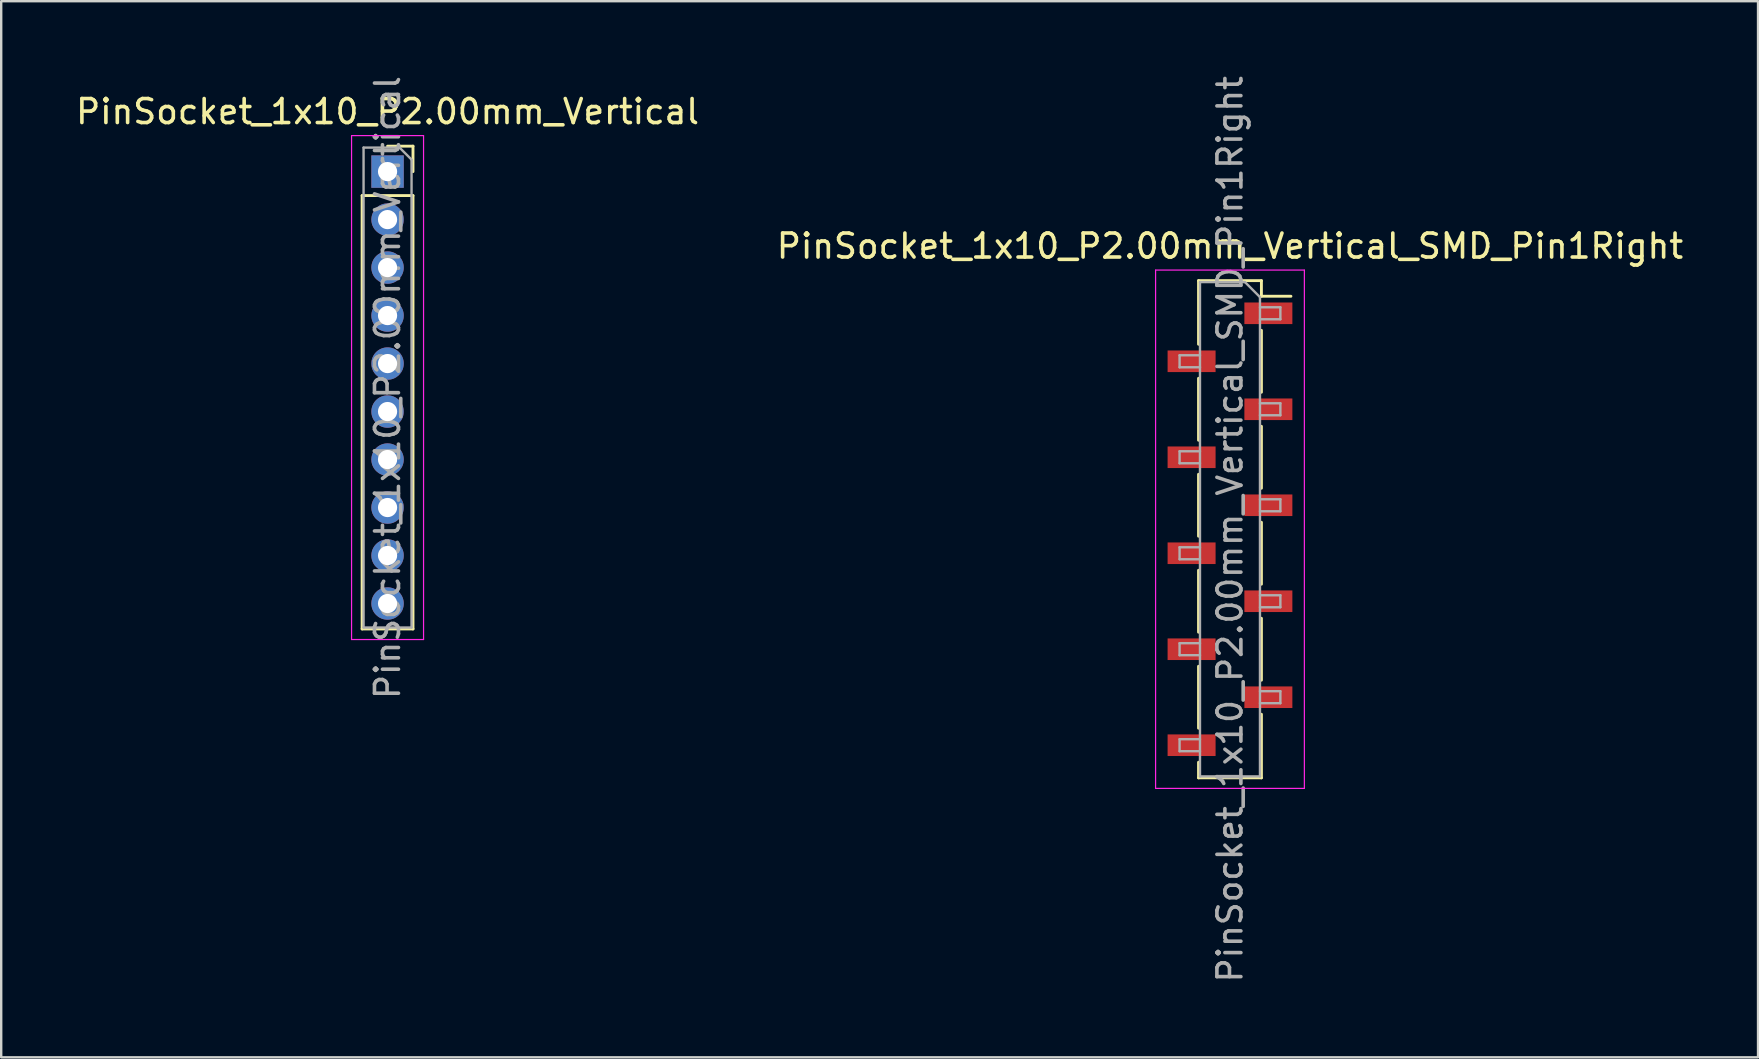
<source format=kicad_pcb>
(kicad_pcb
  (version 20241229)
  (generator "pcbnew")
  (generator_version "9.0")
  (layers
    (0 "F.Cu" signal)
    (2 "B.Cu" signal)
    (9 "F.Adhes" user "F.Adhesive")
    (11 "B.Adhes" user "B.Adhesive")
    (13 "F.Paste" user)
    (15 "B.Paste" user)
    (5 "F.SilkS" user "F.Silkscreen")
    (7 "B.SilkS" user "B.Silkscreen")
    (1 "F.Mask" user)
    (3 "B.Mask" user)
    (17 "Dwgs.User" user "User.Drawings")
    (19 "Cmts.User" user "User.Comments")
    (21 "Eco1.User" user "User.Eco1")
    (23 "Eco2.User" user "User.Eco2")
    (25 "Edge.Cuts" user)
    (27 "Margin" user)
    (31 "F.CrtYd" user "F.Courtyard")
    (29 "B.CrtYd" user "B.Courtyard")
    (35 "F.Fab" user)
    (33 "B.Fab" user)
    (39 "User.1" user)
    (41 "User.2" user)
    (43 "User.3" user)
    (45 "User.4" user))
  (footprint "PinSocket_1x10_P2.00mm_Vertical_SMD_Pin1Right"
    (layer "F.Cu")
    (at 48.208 19.006)
    (property "Reference" "PinSocket_1x10_P2.00mm_Vertical_SMD_Pin1Right" (at 0 -11.8 0) (layer "F.SilkS") (effects (font (size 1 1) (thickness 0.15))))
    (attr smd)
    (fp_line (start -1.31 -10.36) (end -1.31 -7.71) (stroke (width 0.12) (type solid)) (layer "F.SilkS"))
    (fp_line (start -1.31 -10.36) (end 1.31 -10.36) (stroke (width 0.12) (type solid)) (layer "F.SilkS"))
    (fp_line (start -1.31 -6.29) (end -1.31 -3.71) (stroke (width 0.12) (type solid)) (layer "F.SilkS"))
    (fp_line (start -1.31 -2.29) (end -1.31 0.29) (stroke (width 0.12) (type solid)) (layer "F.SilkS"))
    (fp_line (start -1.31 1.71) (end -1.31 4.29) (stroke (width 0.12) (type solid)) (layer "F.SilkS"))
    (fp_line (start -1.31 5.71) (end -1.31 8.29) (stroke (width 0.12) (type solid)) (layer "F.SilkS"))
    (fp_line (start -1.31 9.71) (end -1.31 10.36) (stroke (width 0.12) (type solid)) (layer "F.SilkS"))
    (fp_line (start -1.31 10.36) (end 1.31 10.36) (stroke (width 0.12) (type solid)) (layer "F.SilkS"))
    (fp_line (start 1.31 -10.36) (end 1.31 -9.71) (stroke (width 0.12) (type solid)) (layer "F.SilkS"))
    (fp_line (start 1.31 -9.71) (end 2.54 -9.71) (stroke (width 0.12) (type solid)) (layer "F.SilkS"))
    (fp_line (start 1.31 -8.29) (end 1.31 -5.71) (stroke (width 0.12) (type solid)) (layer "F.SilkS"))
    (fp_line (start 1.31 -4.29) (end 1.31 -1.71) (stroke (width 0.12) (type solid)) (layer "F.SilkS"))
    (fp_line (start 1.31 -0.29) (end 1.31 2.29) (stroke (width 0.12) (type solid)) (layer "F.SilkS"))
    (fp_line (start 1.31 3.71) (end 1.31 6.29) (stroke (width 0.12) (type solid)) (layer "F.SilkS"))
    (fp_line (start 1.31 7.71) (end 1.31 10.36) (stroke (width 0.12) (type solid)) (layer "F.SilkS"))
    (fp_line (start -3.1 -10.8) (end 3.1 -10.8) (stroke (width 0.05) (type solid)) (layer "F.CrtYd"))
    (fp_line (start -3.1 10.8) (end -3.1 -10.8) (stroke (width 0.05) (type solid)) (layer "F.CrtYd"))
    (fp_line (start 3.1 -10.8) (end 3.1 10.8) (stroke (width 0.05) (type solid)) (layer "F.CrtYd"))
    (fp_line (start 3.1 10.8) (end -3.1 10.8) (stroke (width 0.05) (type solid)) (layer "F.CrtYd"))
    (fp_line (start -2.1 -7.25) (end -1.25 -7.25) (stroke (width 0.1) (type solid)) (layer "F.Fab"))
    (fp_line (start -2.1 -6.75) (end -2.1 -7.25) (stroke (width 0.1) (type solid)) (layer "F.Fab"))
    (fp_line (start -2.1 -3.25) (end -1.25 -3.25) (stroke (width 0.1) (type solid)) (layer "F.Fab"))
    (fp_line (start -2.1 -2.75) (end -2.1 -3.25) (stroke (width 0.1) (type solid)) (layer "F.Fab"))
    (fp_line (start -2.1 0.75) (end -1.25 0.75) (stroke (width 0.1) (type solid)) (layer "F.Fab"))
    (fp_line (start -2.1 1.25) (end -2.1 0.75) (stroke (width 0.1) (type solid)) (layer "F.Fab"))
    (fp_line (start -2.1 4.75) (end -1.25 4.75) (stroke (width 0.1) (type solid)) (layer "F.Fab"))
    (fp_line (start -2.1 5.25) (end -2.1 4.75) (stroke (width 0.1) (type solid)) (layer "F.Fab"))
    (fp_line (start -2.1 8.75) (end -1.25 8.75) (stroke (width 0.1) (type solid)) (layer "F.Fab"))
    (fp_line (start -2.1 9.25) (end -2.1 8.75) (stroke (width 0.1) (type solid)) (layer "F.Fab"))
    (fp_line (start -1.25 -10.3) (end 0.625 -10.3) (stroke (width 0.1) (type solid)) (layer "F.Fab"))
    (fp_line (start -1.25 -6.75) (end -2.1 -6.75) (stroke (width 0.1) (type solid)) (layer "F.Fab"))
    (fp_line (start -1.25 -2.75) (end -2.1 -2.75) (stroke (width 0.1) (type solid)) (layer "F.Fab"))
    (fp_line (start -1.25 1.25) (end -2.1 1.25) (stroke (width 0.1) (type solid)) (layer "F.Fab"))
    (fp_line (start -1.25 5.25) (end -2.1 5.25) (stroke (width 0.1) (type solid)) (layer "F.Fab"))
    (fp_line (start -1.25 9.25) (end -2.1 9.25) (stroke (width 0.1) (type solid)) (layer "F.Fab"))
    (fp_line (start -1.25 10.3) (end -1.25 -10.3) (stroke (width 0.1) (type solid)) (layer "F.Fab"))
    (fp_line (start 0.625 -10.3) (end 1.25 -9.675) (stroke (width 0.1) (type solid)) (layer "F.Fab"))
    (fp_line (start 1.25 -9.675) (end 1.25 10.3) (stroke (width 0.1) (type solid)) (layer "F.Fab"))
    (fp_line (start 1.25 -9.25) (end 2.1 -9.25) (stroke (width 0.1) (type solid)) (layer "F.Fab"))
    (fp_line (start 1.25 -5.25) (end 2.1 -5.25) (stroke (width 0.1) (type solid)) (layer "F.Fab"))
    (fp_line (start 1.25 -1.25) (end 2.1 -1.25) (stroke (width 0.1) (type solid)) (layer "F.Fab"))
    (fp_line (start 1.25 2.75) (end 2.1 2.75) (stroke (width 0.1) (type solid)) (layer "F.Fab"))
    (fp_line (start 1.25 6.75) (end 2.1 6.75) (stroke (width 0.1) (type solid)) (layer "F.Fab"))
    (fp_line (start 1.25 10.3) (end -1.25 10.3) (stroke (width 0.1) (type solid)) (layer "F.Fab"))
    (fp_line (start 2.1 -9.25) (end 2.1 -8.75) (stroke (width 0.1) (type solid)) (layer "F.Fab"))
    (fp_line (start 2.1 -8.75) (end 1.25 -8.75) (stroke (width 0.1) (type solid)) (layer "F.Fab"))
    (fp_line (start 2.1 -5.25) (end 2.1 -4.75) (stroke (width 0.1) (type solid)) (layer "F.Fab"))
    (fp_line (start 2.1 -4.75) (end 1.25 -4.75) (stroke (width 0.1) (type solid)) (layer "F.Fab"))
    (fp_line (start 2.1 -1.25) (end 2.1 -0.75) (stroke (width 0.1) (type solid)) (layer "F.Fab"))
    (fp_line (start 2.1 -0.75) (end 1.25 -0.75) (stroke (width 0.1) (type solid)) (layer "F.Fab"))
    (fp_line (start 2.1 2.75) (end 2.1 3.25) (stroke (width 0.1) (type solid)) (layer "F.Fab"))
    (fp_line (start 2.1 3.25) (end 1.25 3.25) (stroke (width 0.1) (type solid)) (layer "F.Fab"))
    (fp_line (start 2.1 6.75) (end 2.1 7.25) (stroke (width 0.1) (type solid)) (layer "F.Fab"))
    (fp_line (start 2.1 7.25) (end 1.25 7.25) (stroke (width 0.1) (type solid)) (layer "F.Fab"))
    (fp_text user "${REFERENCE}" (at 0 0 90) (layer "F.Fab") (effects (font (size 1 1) (thickness 0.15))))
    (pad "1" smd rect (at 1.6 -9) (size 2 0.9) (layers "F.Cu" "F.Mask" "F.Paste"))
    (pad "2" smd rect (at -1.6 -7) (size 2 0.9) (layers "F.Cu" "F.Mask" "F.Paste"))
    (pad "3" smd rect (at 1.6 -5) (size 2 0.9) (layers "F.Cu" "F.Mask" "F.Paste"))
    (pad "4" smd rect (at -1.6 -3) (size 2 0.9) (layers "F.Cu" "F.Mask" "F.Paste"))
    (pad "5" smd rect (at 1.6 -1) (size 2 0.9) (layers "F.Cu" "F.Mask" "F.Paste"))
    (pad "6" smd rect (at -1.6 1) (size 2 0.9) (layers "F.Cu" "F.Mask" "F.Paste"))
    (pad "7" smd rect (at 1.6 3) (size 2 0.9) (layers "F.Cu" "F.Mask" "F.Paste"))
    (pad "8" smd rect (at -1.6 5) (size 2 0.9) (layers "F.Cu" "F.Mask" "F.Paste"))
    (pad "9" smd rect (at 1.6 7) (size 2 0.9) (layers "F.Cu" "F.Mask" "F.Paste"))
    (pad "10" smd rect (at -1.6 9) (size 2 0.9) (layers "F.Cu" "F.Mask" "F.Paste")))
  (footprint "PinSocket_1x10_P2.00mm_Vertical"
    (layer "F.Cu")
    (at 13.101 4.101)
    (property "Reference" "PinSocket_1x10_P2.00mm_Vertical" (at 0 -2.5 0) (layer "F.SilkS") (effects (font (size 1 1) (thickness 0.15))))
    (attr through_hole)
    (fp_line (start -1.06 1) (end -1.06 19.06) (stroke (width 0.12) (type solid)) (layer "F.SilkS"))
    (fp_line (start -1.06 1) (end 1.06 1) (stroke (width 0.12) (type solid)) (layer "F.SilkS"))
    (fp_line (start -1.06 19.06) (end 1.06 19.06) (stroke (width 0.12) (type solid)) (layer "F.SilkS"))
    (fp_line (start 0 -1.06) (end 1.06 -1.06) (stroke (width 0.12) (type solid)) (layer "F.SilkS"))
    (fp_line (start 1.06 -1.06) (end 1.06 0) (stroke (width 0.12) (type solid)) (layer "F.SilkS"))
    (fp_line (start 1.06 1) (end 1.06 19.06) (stroke (width 0.12) (type solid)) (layer "F.SilkS"))
    (fp_line (start -1.5 -1.5) (end 1.5 -1.5) (stroke (width 0.05) (type solid)) (layer "F.CrtYd"))
    (fp_line (start -1.5 19.5) (end -1.5 -1.5) (stroke (width 0.05) (type solid)) (layer "F.CrtYd"))
    (fp_line (start 1.5 -1.5) (end 1.5 19.5) (stroke (width 0.05) (type solid)) (layer "F.CrtYd"))
    (fp_line (start 1.5 19.5) (end -1.5 19.5) (stroke (width 0.05) (type solid)) (layer "F.CrtYd"))
    (fp_line (start -1 -1) (end 0.5 -1) (stroke (width 0.1) (type solid)) (layer "F.Fab"))
    (fp_line (start -1 19) (end -1 -1) (stroke (width 0.1) (type solid)) (layer "F.Fab"))
    (fp_line (start 0.5 -1) (end 1 -0.5) (stroke (width 0.1) (type solid)) (layer "F.Fab"))
    (fp_line (start 1 -0.5) (end 1 19) (stroke (width 0.1) (type solid)) (layer "F.Fab"))
    (fp_line (start 1 19) (end -1 19) (stroke (width 0.1) (type solid)) (layer "F.Fab"))
    (fp_text user "${REFERENCE}" (at 0 9 90) (layer "F.Fab") (effects (font (size 1 1) (thickness 0.15))))
    (pad "1" thru_hole rect (at 0 0) (size 1.35 1.35) (drill 0.8) (layers "*.Cu" "*.Mask"))
    (pad "2" thru_hole circle (at 0 2) (size 1.35 1.35) (drill 0.8) (layers "*.Cu" "*.Mask"))
    (pad "3" thru_hole circle (at 0 4) (size 1.35 1.35) (drill 0.8) (layers "*.Cu" "*.Mask"))
    (pad "4" thru_hole circle (at 0 6) (size 1.35 1.35) (drill 0.8) (layers "*.Cu" "*.Mask"))
    (pad "5" thru_hole circle (at 0 8) (size 1.35 1.35) (drill 0.8) (layers "*.Cu" "*.Mask"))
    (pad "6" thru_hole circle (at 0 10) (size 1.35 1.35) (drill 0.8) (layers "*.Cu" "*.Mask"))
    (pad "7" thru_hole circle (at 0 12) (size 1.35 1.35) (drill 0.8) (layers "*.Cu" "*.Mask"))
    (pad "8" thru_hole circle (at 0 14) (size 1.35 1.35) (drill 0.8) (layers "*.Cu" "*.Mask"))
    (pad "9" thru_hole circle (at 0 16) (size 1.35 1.35) (drill 0.8) (layers "*.Cu" "*.Mask"))
    (pad "10" thru_hole circle (at 0 18) (size 1.35 1.35) (drill 0.8) (layers "*.Cu" "*.Mask")))
  (gr_rect
    (start -3 -3)
    (end 70.214 41.012)
    (stroke (width 0.1) (type default))
    (fill no)
    (layer "Edge.Cuts")))
</source>
